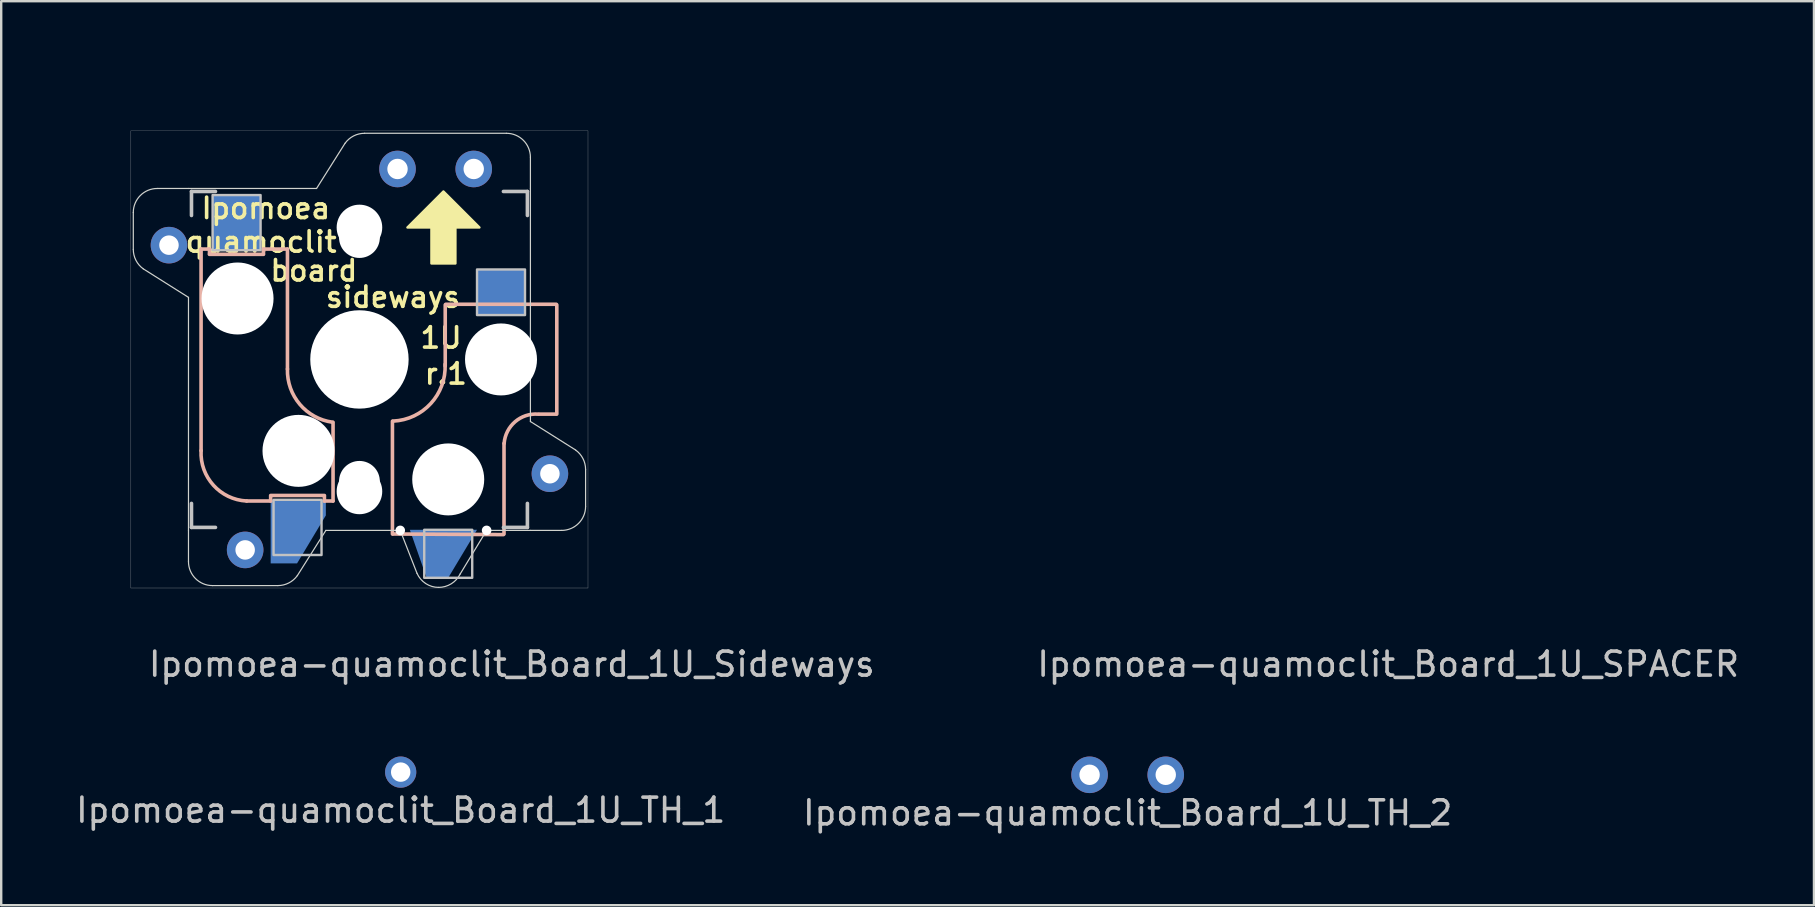
<source format=kicad_pcb>
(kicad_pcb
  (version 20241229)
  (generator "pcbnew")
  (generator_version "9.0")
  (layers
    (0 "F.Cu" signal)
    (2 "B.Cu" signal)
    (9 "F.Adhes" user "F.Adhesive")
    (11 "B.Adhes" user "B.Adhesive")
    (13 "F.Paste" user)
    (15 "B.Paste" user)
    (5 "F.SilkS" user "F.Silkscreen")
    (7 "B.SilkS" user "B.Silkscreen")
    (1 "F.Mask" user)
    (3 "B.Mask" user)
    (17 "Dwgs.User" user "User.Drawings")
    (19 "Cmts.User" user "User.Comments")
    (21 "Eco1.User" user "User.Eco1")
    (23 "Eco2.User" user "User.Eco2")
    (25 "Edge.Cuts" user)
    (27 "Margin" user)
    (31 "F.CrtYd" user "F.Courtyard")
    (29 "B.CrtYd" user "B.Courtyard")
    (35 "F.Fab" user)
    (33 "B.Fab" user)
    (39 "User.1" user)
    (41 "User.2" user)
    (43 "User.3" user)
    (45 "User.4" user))
  (footprint "Ipomoea-quamoclit_Board_1U_SPACER"
    (layer "F.Cu")
    (at 48.454 11.93)
    (property "Reference" "Ipomoea-quamoclit_Board_1U_SPACER" (at 6.35 12.7 0) (layer "Dwgs.User") (effects (font (size 1 1) (thickness 0.15))))
    (attr through_hole)
    (fp_circle (center -9.525 -9.525) (end -8.025 -9.525) (stroke (width 0.01) (type solid)) (fill no) (layer "Eco1.User"))
    (fp_circle (center -9.525 -9.525) (end -7.525 -9.525) (stroke (width 0.01) (type solid)) (fill no) (layer "Eco1.User"))
    (fp_circle (center -9.525 -6.35) (end -7.525 -6.35) (stroke (width 0.01) (type solid)) (fill no) (layer "Eco1.User"))
    (fp_circle (center -9.525 -6.35) (end -7.125 -6.35) (stroke (width 0.01) (type solid)) (fill no) (layer "Eco1.User"))
    (fp_circle (center -9.525 -3.175) (end -7.525 -3.175) (stroke (width 0.01) (type solid)) (fill no) (layer "Eco1.User"))
    (fp_circle (center -9.525 0) (end -8.025 0) (stroke (width 0.01) (type solid)) (fill no) (layer "Eco1.User"))
    (fp_circle (center -9.525 0) (end -7.525 0) (stroke (width 0.01) (type solid)) (fill no) (layer "Eco1.User"))
    (fp_circle (center -9.525 0) (end -7.125 0) (stroke (width 0.01) (type solid)) (fill no) (layer "Eco1.User"))
    (fp_circle (center -9.525 3.175) (end -7.525 3.175) (stroke (width 0.01) (type solid)) (fill no) (layer "Eco1.User"))
    (fp_circle (center -9.525 6.35) (end -7.525 6.35) (stroke (width 0.01) (type solid)) (fill no) (layer "Eco1.User"))
    (fp_circle (center -9.525 6.35) (end -7.125 6.35) (stroke (width 0.01) (type solid)) (fill no) (layer "Eco1.User"))
    (fp_circle (center -9.525 9.525) (end -8.025 9.525) (stroke (width 0.01) (type solid)) (fill no) (layer "Eco1.User"))
    (fp_circle (center -9.525 9.525) (end -7.525 9.525) (stroke (width 0.01) (type solid)) (fill no) (layer "Eco1.User"))
    (fp_circle (center -6.35 -9.525) (end -6.35 -11.525) (stroke (width 0.01) (type solid)) (fill no) (layer "Eco1.User"))
    (fp_circle (center -6.35 9.525) (end -6.35 7.525) (stroke (width 0.01) (type solid)) (fill no) (layer "Eco1.User"))
    (fp_circle (center -3.175 -9.525) (end -3.175 -11.525) (stroke (width 0.01) (type solid)) (fill no) (layer "Eco1.User"))
    (fp_circle (center -3.175 9.525) (end -3.175 7.525) (stroke (width 0.01) (type solid)) (fill no) (layer "Eco1.User"))
    (fp_circle (center 0 -9.525) (end 1.5 -9.525) (stroke (width 0.01) (type solid)) (fill no) (layer "Eco1.User"))
    (fp_circle (center 0 -9.525) (end 2 -9.525) (stroke (width 0.01) (type solid)) (fill no) (layer "Eco1.User"))
    (fp_circle (center 0 -9.525) (end 2.4 -9.525) (stroke (width 0.01) (type solid)) (fill no) (layer "Eco1.User"))
    (fp_circle (center 0 9.525) (end 1.5 9.525) (stroke (width 0.01) (type solid)) (fill no) (layer "Eco1.User"))
    (fp_circle (center 0 9.525) (end 2 9.525) (stroke (width 0.01) (type solid)) (fill no) (layer "Eco1.User"))
    (fp_circle (center 0 9.525) (end 2.4 9.525) (stroke (width 0.01) (type solid)) (fill no) (layer "Eco1.User"))
    (fp_circle (center 3.175 -9.525) (end 3.175 -11.525) (stroke (width 0.01) (type solid)) (fill no) (layer "Eco1.User"))
    (fp_circle (center 3.175 9.525) (end 3.175 7.525) (stroke (width 0.01) (type solid)) (fill no) (layer "Eco1.User"))
    (fp_circle (center 6.35 -9.525) (end 6.35 -11.525) (stroke (width 0.01) (type solid)) (fill no) (layer "Eco1.User"))
    (fp_circle (center 6.35 9.525) (end 6.35 7.525) (stroke (width 0.01) (type solid)) (fill no) (layer "Eco1.User"))
    (fp_circle (center 9.525 -9.525) (end 11.025 -9.525) (stroke (width 0.01) (type solid)) (fill no) (layer "Eco1.User"))
    (fp_circle (center 9.525 -9.525) (end 11.525 -9.525) (stroke (width 0.01) (type solid)) (fill no) (layer "Eco1.User"))
    (fp_circle (center 9.525 -9.525) (end 11.925 -9.525) (stroke (width 0.01) (type solid)) (fill no) (layer "Eco1.User"))
    (fp_circle (center 9.525 -6.35) (end 11.525 -6.35) (stroke (width 0.01) (type solid)) (fill no) (layer "Eco1.User"))
    (fp_circle (center 9.525 -3.175) (end 11.525 -3.175) (stroke (width 0.01) (type solid)) (fill no) (layer "Eco1.User"))
    (fp_circle (center 9.525 0) (end 11.025 0) (stroke (width 0.01) (type solid)) (fill no) (layer "Eco1.User"))
    (fp_circle (center 9.525 0) (end 11.525 0) (stroke (width 0.01) (type solid)) (fill no) (layer "Eco1.User"))
    (fp_circle (center 9.525 0) (end 11.925 0) (stroke (width 0.01) (type solid)) (fill no) (layer "Eco1.User"))
    (fp_circle (center 9.525 3.175) (end 11.525 3.175) (stroke (width 0.01) (type solid)) (fill no) (layer "Eco1.User"))
    (fp_circle (center 9.525 6.35) (end 11.525 6.35) (stroke (width 0.01) (type solid)) (fill no) (layer "Eco1.User"))
    (fp_circle (center 9.525 9.525) (end 11.025 9.525) (stroke (width 0.01) (type solid)) (fill no) (layer "Eco1.User"))
    (fp_circle (center 9.525 9.525) (end 11.525 9.525) (stroke (width 0.01) (type solid)) (fill no) (layer "Eco1.User"))
    (fp_circle (center 9.525 9.525) (end 11.925 9.525) (stroke (width 0.01) (type solid)) (fill no) (layer "Eco1.User")))
  (footprint "Ipomoea-quamoclit_Board_1U_TH_2"
    (layer "F.Cu")
    (at 43.946 29.24)
    (property "Reference" "Ipomoea-quamoclit_Board_1U_TH_2" (at 0 1.587 0) (layer "Dwgs.User") (effects (font (size 1 1) (thickness 0.15))))
    (attr through_hole)
    (pad "1" thru_hole circle (at -1.587 0 180) (size 1.524 1.524) (drill 0.85) (layers "*.Cu" "*.Mask"))
    (pad "2" thru_hole circle (at 1.587 0 180) (size 1.524 1.524) (drill 0.85) (layers "*.Cu" "*.Mask")))
  (footprint "Ipomoea-quamoclit_Board_1U_TH_1"
    (layer "F.Cu")
    (at 13.649 29.128)
    (property "Reference" "Ipomoea-quamoclit_Board_1U_TH_1" (at 0 1.587 0) (layer "Dwgs.User") (effects (font (size 1 1) (thickness 0.15))))
    (attr through_hole)
    (pad "" thru_hole circle (at 0 0 180) (size 1.3 1.3) (drill 0.81) (layers "*.Cu" "*.Mask")))
  (footprint "Ipomoea-quamoclit_Board_1U_Sideways"
    (layer "F.Cu")
    (at 11.93 11.93)
    (property "Reference" "Ipomoea-quamoclit_Board_1U_Sideways" (at 6.35 12.7 0) (layer "Dwgs.User") (effects (font (size 1 1) (thickness 0.15))))
    (attr through_hole)
    (fp_poly (pts (xy 5 -5.5) (xy 4 -5.5) (xy 4 -4) (xy 3 -4) (xy 3 -5.5) (xy 2 -5.5) (xy 3.5 -7)) (stroke (width 0.1) (type solid)) (fill yes) (layer "F.SilkS"))
    (fp_line (start -6.6 -4.6) (end -6.6 3.8) (stroke (width 0.15) (type solid)) (layer "B.SilkS"))
    (fp_line (start -6.25 -4.6) (end -6.6 -4.6) (stroke (width 0.15) (type solid)) (layer "B.SilkS"))
    (fp_line (start -6.25 -4.4) (end -6.25 -4.6) (stroke (width 0.15) (type solid)) (layer "B.SilkS"))
    (fp_line (start -4.7 5.9) (end -3.7 5.9) (stroke (width 0.15) (type solid)) (layer "B.SilkS"))
    (fp_line (start -4 -4.6) (end -4 -4.4) (stroke (width 0.15) (type solid)) (layer "B.SilkS"))
    (fp_line (start -4 -4.38) (end -6.25 -4.38) (stroke (width 0.15) (type solid)) (layer "B.SilkS"))
    (fp_line (start -3.7 5.67) (end -1.46 5.67) (stroke (width 0.15) (type solid)) (layer "B.SilkS"))
    (fp_line (start -3.7 5.9) (end -3.7 5.7) (stroke (width 0.15) (type solid)) (layer "B.SilkS"))
    (fp_line (start -3 -4.6) (end -4 -4.6) (stroke (width 0.15) (type solid)) (layer "B.SilkS"))
    (fp_line (start -3 0.4) (end -3 -4.6) (stroke (width 0.15) (type solid)) (layer "B.SilkS"))
    (fp_line (start -1.46 5.7) (end -1.46 5.9) (stroke (width 0.15) (type solid)) (layer "B.SilkS"))
    (fp_line (start -1.1 5.9) (end -1.46 5.9) (stroke (width 0.15) (type solid)) (layer "B.SilkS"))
    (fp_line (start -1.1 5.9) (end -1.1 2.62) (stroke (width 0.15) (type solid)) (layer "B.SilkS"))
    (fp_line (start 1.375 2.575) (end 1.375 7.275) (stroke (width 0.15) (type solid)) (layer "B.SilkS"))
    (fp_line (start 1.4 7.275) (end 6 7.3) (stroke (width 0.15) (type solid)) (layer "B.SilkS"))
    (fp_line (start 3.575 -2.275) (end 3.575 0.275) (stroke (width 0.15) (type solid)) (layer "B.SilkS"))
    (fp_line (start 3.6 -2.3) (end 8.2 -2.3) (stroke (width 0.15) (type solid)) (layer "B.SilkS"))
    (fp_line (start 6.025 3.5) (end 6.025 7.275) (stroke (width 0.15) (type solid)) (layer "B.SilkS"))
    (fp_line (start 7.5 2.28) (end 8.2 2.28) (stroke (width 0.15) (type solid)) (layer "B.SilkS"))
    (fp_line (start 8.225 -2.275) (end 8.225 2.275) (stroke (width 0.15) (type solid)) (layer "B.SilkS"))
    (fp_arc (start -4.699999 5.9) (mid -6.084924 5.243504) (end -6.6 3.800001) (stroke (width 0.15) (type solid)) (layer "B.SilkS"))
    (fp_arc (start -1.121471 2.616318) (mid -2.486118 1.868709) (end -3 0.4) (stroke (width 0.15) (type solid)) (layer "B.SilkS"))
    (fp_arc (start 3.57 0.2) (mid 2.975843 1.834422) (end 1.4 2.57) (stroke (width 0.15) (type solid)) (layer "B.SilkS"))
    (fp_arc (start 6.03 3.5) (mid 6.48733 2.595908) (end 7.45 2.28) (stroke (width 0.15) (type solid)) (layer "B.SilkS"))
    (fp_line (start -9.525 -9.525) (end 9.525 -9.525) (stroke (width 0.01) (type solid)) (layer "Dwgs.User"))
    (fp_line (start -9.525 9.525) (end -9.525 -9.525) (stroke (width 0.01) (type solid)) (layer "Dwgs.User"))
    (fp_line (start -7 -7) (end -7 -6) (stroke (width 0.15) (type solid)) (layer "Dwgs.User"))
    (fp_line (start -7 -7) (end -6 -7) (stroke (width 0.15) (type solid)) (layer "Dwgs.User"))
    (fp_line (start -7 7) (end -7 6) (stroke (width 0.15) (type solid)) (layer "Dwgs.User"))
    (fp_line (start -6 7) (end -7 7) (stroke (width 0.15) (type solid)) (layer "Dwgs.User"))
    (fp_line (start 6 7) (end 7 7) (stroke (width 0.15) (type solid)) (layer "Dwgs.User"))
    (fp_line (start 7 -7) (end 6 -7) (stroke (width 0.15) (type solid)) (layer "Dwgs.User"))
    (fp_line (start 7 -6) (end 7 -7) (stroke (width 0.15) (type solid)) (layer "Dwgs.User"))
    (fp_line (start 7 7) (end 7 6) (stroke (width 0.15) (type solid)) (layer "Dwgs.User"))
    (fp_line (start 9.525 -9.525) (end 9.525 9.525) (stroke (width 0.01) (type solid)) (layer "Dwgs.User"))
    (fp_line (start 9.525 9.525) (end -9.525 9.525) (stroke (width 0.01) (type solid)) (layer "Dwgs.User"))
    (fp_poly (pts (xy -4.12 -6.85) (xy -4.12 -4.55) (xy -6.12 -4.55) (xy -6.12 -6.85)) (stroke (width 0.1) (type solid)) (fill no) (layer "Dwgs.User"))
    (fp_poly (pts (xy -1.58 5.85) (xy -1.58 8.15) (xy -3.58 8.15) (xy -3.58 5.85)) (stroke (width 0.1) (type solid)) (fill no) (layer "Dwgs.User"))
    (fp_poly (pts (xy 4.7 7.1) (xy 4.7 9.1) (xy 2.7 9.1) (xy 2.7 7.1)) (stroke (width 0.1) (type solid)) (fill no) (layer "Dwgs.User"))
    (fp_poly (pts (xy 6.9 -3.75) (xy 6.9 -1.85) (xy 4.9 -1.85) (xy 4.9 -3.75)) (stroke (width 0.1) (type solid)) (fill no) (layer "Dwgs.User"))
    (fp_circle (center -9.525 -9.525) (end -9.525 -11.925) (stroke (width 0.01) (type solid)) (fill no) (layer "Eco1.User"))
    (fp_circle (center -9.525 -9.525) (end -9.525 -11.525) (stroke (width 0.01) (type solid)) (fill no) (layer "Eco1.User"))
    (fp_circle (center -9.525 -9.525) (end -9.525 -11.025) (stroke (width 0.01) (type solid)) (fill no) (layer "Eco1.User"))
    (fp_circle (center -9.525 -6.35) (end -11.525 -6.35) (stroke (width 0.01) (type solid)) (fill no) (layer "Eco1.User"))
    (fp_circle (center -9.525 -3.175) (end -11.525 -3.175) (stroke (width 0.01) (type solid)) (fill no) (layer "Eco1.User"))
    (fp_circle (center -9.525 0) (end -9.525 -2.4) (stroke (width 0.01) (type solid)) (fill no) (layer "Eco1.User"))
    (fp_circle (center -9.525 0) (end -9.525 -2) (stroke (width 0.01) (type solid)) (fill no) (layer "Eco1.User"))
    (fp_circle (center -9.525 0) (end -9.525 -1.5) (stroke (width 0.01) (type solid)) (fill no) (layer "Eco1.User"))
    (fp_circle (center -9.525 3.175) (end -11.525 3.175) (stroke (width 0.01) (type solid)) (fill no) (layer "Eco1.User"))
    (fp_circle (center -9.525 6.35) (end -11.525 6.35) (stroke (width 0.01) (type solid)) (fill no) (layer "Eco1.User"))
    (fp_circle (center -9.525 9.525) (end -9.525 7.125) (stroke (width 0.01) (type solid)) (fill no) (layer "Eco1.User"))
    (fp_circle (center -9.525 9.525) (end -9.525 7.525) (stroke (width 0.01) (type solid)) (fill no) (layer "Eco1.User"))
    (fp_circle (center -9.525 9.525) (end -9.525 8.025) (stroke (width 0.01) (type solid)) (fill no) (layer "Eco1.User"))
    (fp_circle (center -6.35 -9.525) (end -6.35 -11.525) (stroke (width 0.01) (type solid)) (fill no) (layer "Eco1.User"))
    (fp_circle (center -6.35 9.525) (end -6.35 7.525) (stroke (width 0.01) (type solid)) (fill no) (layer "Eco1.User"))
    (fp_circle (center -3.175 -9.525) (end -3.175 -11.525) (stroke (width 0.01) (type solid)) (fill no) (layer "Eco1.User"))
    (fp_circle (center -3.175 9.525) (end -3.175 7.525) (stroke (width 0.01) (type solid)) (fill no) (layer "Eco1.User"))
    (fp_circle (center 0 -9.525) (end 0 -11.925) (stroke (width 0.01) (type solid)) (fill no) (layer "Eco1.User"))
    (fp_circle (center 0 -9.525) (end 0 -11.525) (stroke (width 0.01) (type solid)) (fill no) (layer "Eco1.User"))
    (fp_circle (center 0 -9.525) (end 0 -11.025) (stroke (width 0.01) (type solid)) (fill no) (layer "Eco1.User"))
    (fp_circle (center 0 9.525) (end 0 7.125) (stroke (width 0.01) (type solid)) (fill no) (layer "Eco1.User"))
    (fp_circle (center 0 9.525) (end 0 7.525) (stroke (width 0.01) (type solid)) (fill no) (layer "Eco1.User"))
    (fp_circle (center 0 9.525) (end 0 8.025) (stroke (width 0.01) (type solid)) (fill no) (layer "Eco1.User"))
    (fp_circle (center 3.175 -9.525) (end 3.175 -11.525) (stroke (width 0.01) (type solid)) (fill no) (layer "Eco1.User"))
    (fp_circle (center 3.175 9.525) (end 3.175 7.525) (stroke (width 0.01) (type solid)) (fill no) (layer "Eco1.User"))
    (fp_circle (center 6.35 -9.525) (end 6.35 -11.525) (stroke (width 0.01) (type solid)) (fill no) (layer "Eco1.User"))
    (fp_circle (center 6.35 9.525) (end 6.35 7.525) (stroke (width 0.01) (type solid)) (fill no) (layer "Eco1.User"))
    (fp_circle (center 9.525 -9.525) (end 9.525 -11.925) (stroke (width 0.01) (type solid)) (fill no) (layer "Eco1.User"))
    (fp_circle (center 9.525 -9.525) (end 9.525 -11.525) (stroke (width 0.01) (type solid)) (fill no) (layer "Eco1.User"))
    (fp_circle (center 9.525 -9.525) (end 9.525 -11.025) (stroke (width 0.01) (type solid)) (fill no) (layer "Eco1.User"))
    (fp_circle (center 9.525 -6.35) (end 7.525 -6.35) (stroke (width 0.01) (type solid)) (fill no) (layer "Eco1.User"))
    (fp_circle (center 9.525 -3.175) (end 7.525 -3.175) (stroke (width 0.01) (type solid)) (fill no) (layer "Eco1.User"))
    (fp_circle (center 9.525 0) (end 9.525 -2.4) (stroke (width 0.01) (type solid)) (fill no) (layer "Eco1.User"))
    (fp_circle (center 9.525 0) (end 9.525 -2) (stroke (width 0.01) (type solid)) (fill no) (layer "Eco1.User"))
    (fp_circle (center 9.525 0) (end 9.525 -1.5) (stroke (width 0.01) (type solid)) (fill no) (layer "Eco1.User"))
    (fp_circle (center 9.525 3.175) (end 7.525 3.175) (stroke (width 0.01) (type solid)) (fill no) (layer "Eco1.User"))
    (fp_circle (center 9.525 6.35) (end 7.525 6.35) (stroke (width 0.01) (type solid)) (fill no) (layer "Eco1.User"))
    (fp_circle (center 9.525 9.525) (end 9.525 7.125) (stroke (width 0.01) (type solid)) (fill no) (layer "Eco1.User"))
    (fp_circle (center 9.525 9.525) (end 9.525 7.525) (stroke (width 0.01) (type solid)) (fill no) (layer "Eco1.User"))
    (fp_circle (center 9.525 9.525) (end 9.525 8.025) (stroke (width 0.01) (type solid)) (fill no) (layer "Eco1.User"))
    (fp_line (start -9.425 -4.588) (end -9.425 -6.125) (stroke (width 0.05) (type solid)) (layer "Edge.Cuts"))
    (fp_line (start -9.009 -3.775) (end -7.125 -2.587) (stroke (width 0.05) (type solid)) (layer "Edge.Cuts"))
    (fp_line (start -7.125 -7.125) (end -8.425 -7.125) (stroke (width 0.05) (type solid)) (layer "Edge.Cuts"))
    (fp_line (start -7.125 7.125) (end -7.125 -2.587) (stroke (width 0.05) (type solid)) (layer "Edge.Cuts"))
    (fp_line (start -7.125 7.125) (end -7.125 8.425) (stroke (width 0.05) (type solid)) (layer "Edge.Cuts"))
    (fp_line (start -3.4 9.425) (end -6.125 9.425) (stroke (width 0.05) (type solid)) (layer "Edge.Cuts"))
    (fp_line (start -2.588 9.009) (end -1.4 7.125) (stroke (width 0.05) (type solid)) (layer "Edge.Cuts"))
    (fp_line (start -1.788 -7.125) (end -7.125 -7.125) (stroke (width 0.05) (type solid)) (layer "Edge.Cuts"))
    (fp_line (start -1.4 7.125) (end 1.7 7.125) (stroke (width 0.05) (type solid)) (layer "Edge.Cuts"))
    (fp_line (start -0.6 -9.009) (end -1.788 -7.125) (stroke (width 0.05) (type solid)) (layer "Edge.Cuts"))
    (fp_line (start 0.212 -9.425) (end 6.125 -9.425) (stroke (width 0.05) (type solid)) (layer "Edge.Cuts"))
    (fp_line (start 1.7 7.125) (end 2.4 8.915) (stroke (width 0.05) (type solid)) (layer "Edge.Cuts"))
    (fp_line (start 4.194 8.947) (end 5.3 7.125) (stroke (width 0.05) (type solid)) (layer "Edge.Cuts"))
    (fp_line (start 5.3 7.125) (end 7.125 7.125) (stroke (width 0.05) (type solid)) (layer "Edge.Cuts"))
    (fp_line (start 7.125 -7.125) (end 7.125 -8.425) (stroke (width 0.05) (type solid)) (layer "Edge.Cuts"))
    (fp_line (start 7.125 -7.125) (end 7.125 2.587) (stroke (width 0.05) (type solid)) (layer "Edge.Cuts"))
    (fp_line (start 7.125 7.125) (end 8.425 7.125) (stroke (width 0.05) (type solid)) (layer "Edge.Cuts"))
    (fp_line (start 9.009 3.775) (end 7.125 2.587) (stroke (width 0.05) (type solid)) (layer "Edge.Cuts"))
    (fp_line (start 9.425 4.588) (end 9.425 6.125) (stroke (width 0.05) (type solid)) (layer "Edge.Cuts"))
    (fp_arc (start -9.425 -6.125) (mid -9.132107 -6.832107) (end -8.425 -7.125) (stroke (width 0.05) (type solid)) (layer "Edge.Cuts"))
    (fp_arc (start -9.008636 -3.775485) (mid -9.314841 -4.131231) (end -9.425 -4.5875) (stroke (width 0.05) (type solid)) (layer "Edge.Cuts"))
    (fp_arc (start -6.125 9.425) (mid -6.832107 9.132107) (end -7.125 8.425) (stroke (width 0.05) (type solid)) (layer "Edge.Cuts"))
    (fp_arc (start -2.587985 9.008636) (mid -2.943731 9.314841) (end -3.4 9.425) (stroke (width 0.05) (type solid)) (layer "Edge.Cuts"))
    (fp_arc (start -0.599515 -9.008636) (mid -0.243769 -9.314841) (end 0.2125 -9.425) (stroke (width 0.05) (type solid)) (layer "Edge.Cuts"))
    (fp_arc (start 3.3 9.5) (mid 2.763322 9.340933) (end 2.4 8.915114) (stroke (width 0.05) (type solid)) (layer "Edge.Cuts"))
    (fp_arc (start 4.194427 8.947214) (mid 3.825731 9.350651) (end 3.3 9.5) (stroke (width 0.05) (type solid)) (layer "Edge.Cuts"))
    (fp_arc (start 6.125 -9.425) (mid 6.832107 -9.132107) (end 7.125 -8.425) (stroke (width 0.05) (type solid)) (layer "Edge.Cuts"))
    (fp_arc (start 9.008636 3.775485) (mid 9.314841 4.131231) (end 9.425 4.5875) (stroke (width 0.05) (type solid)) (layer "Edge.Cuts"))
    (fp_arc (start 9.425 6.125) (mid 9.132107 6.832107) (end 8.425 7.125) (stroke (width 0.05) (type solid)) (layer "Edge.Cuts"))
    (fp_text user "Ipomoea" (at -3.9 -6.3 0) (layer "F.SilkS") (effects (font (size 0.85 0.85) (thickness 0.15))))
    (fp_text user "sideways" (at 1.4 -2.6 0) (layer "F.SilkS") (effects (font (size 0.85 0.85) (thickness 0.15))))
    (fp_text user "board" (at -1.9 -3.7 0) (layer "F.SilkS") (effects (font (size 0.85 0.85) (thickness 0.15))))
    (fp_text user "quamoclit" (at -4.1 -4.9 0) (layer "F.SilkS") (effects (font (size 0.85 0.85) (thickness 0.15))))
    (fp_text user "1U" (at 3.4 -0.9 0) (layer "F.SilkS") (effects (font (size 0.85 0.85) (thickness 0.15))))
    (fp_text user "r.1" (at 3.6 0.6 0) (layer "F.SilkS") (effects (font (size 0.85 0.85) (thickness 0.15))))
    (pad "" thru_hole circle (at -7.938 -4.763 180) (size 1.524 1.524) (drill 0.813) (layers "*.Cu" "*.Mask"))
    (pad "" np_thru_hole circle (at -5.08 -2.54 270) (size 3 3) (drill 3) (layers "*.Cu" "*.Mask"))
    (pad "" thru_hole circle (at -4.763 7.938 90) (size 1.524 1.524) (drill 0.813) (layers "*.Cu" "*.Mask"))
    (pad "" np_thru_hole circle (at -2.54 3.81 270) (size 3 3) (drill 3) (layers "*.Cu" "*.Mask"))
    (pad "" np_thru_hole circle (at 0 -5.5 180) (size 1.9 1.9) (drill 1.9) (layers "*.Cu" "*.Mask"))
    (pad "" np_thru_hole circle (at 0 -5.08 90) (size 1.7 1.7) (drill 1.7) (layers "*.Cu" "*.Mask"))
    (pad "" np_thru_hole circle (at 0 0 180) (size 4.1 4.1) (drill 4.1) (layers "*.Cu" "*.Mask"))
    (pad "" np_thru_hole circle (at 0 5.08 90) (size 1.7 1.7) (drill 1.7) (layers "*.Cu" "*.Mask"))
    (pad "" np_thru_hole circle (at 0 5.5 180) (size 1.9 1.9) (drill 1.9) (layers "*.Cu" "*.Mask"))
    (pad "" np_thru_hole circle (at 1.7 7.125 90) (size 0.4 0.4) (drill 0.4) (layers "*.Cu" "*.Mask"))
    (pad "" np_thru_hole circle (at 3.7 5 180) (size 3 3) (drill 3) (layers "*.Cu" "*.Mask"))
    (pad "" np_thru_hole circle (at 5.3 7.125 90) (size 0.4 0.4) (drill 0.4) (layers "*.Cu" "*.Mask"))
    (pad "" np_thru_hole circle (at 5.9 0 180) (size 3 3) (drill 3) (layers "*.Cu" "*.Mask"))
    (pad "" thru_hole circle (at 7.938 4.763 90) (size 1.524 1.524) (drill 0.813) (layers "*.Cu" "*.Mask"))
    (pad "1" smd custom (at -2.7 7 90) (size 1.524 1.524) (layers "B.Cu" "B.Mask" "B.Paste") (options (anchor circle)) (primitives (gr_poly (pts (xy 1.15 1.3) (xy 0.5 1.3) (xy -1.5 0.1) (xy -1.5 -1) (xy 1.15 -1)) (width 0) (fill yes))))
    (pad "1" thru_hole circle (at 1.587 -7.938 180) (size 1.524 1.524) (drill 0.85) (layers "*.Cu" "*.Mask"))
    (pad "1" smd custom (at 3.3 8 90) (size 1.524 1.524) (layers "B.Cu" "B.Mask" "B.Paste") (options (anchor circle)) (primitives (gr_poly (pts (xy 0.9 1.6) (xy -1.1 0.4) (xy -1.1 -0.5) (xy 0.9 -1.2)) (width 0) (fill yes))))
    (pad "2" smd rect (at -5.12 -5.7 270) (size 2.3 2) (layers "B.Cu" "B.Mask" "B.Paste"))
    (pad "2" thru_hole circle (at 4.763 -7.938 180) (size 1.524 1.524) (drill 0.85) (layers "*.Cu" "*.Mask"))
    (pad "2" smd rect (at 5.9 -2.8 270) (size 1.9 2) (layers "B.Cu" "B.Mask" "B.Paste")))
  (gr_rect
    (start -3 -3)
    (end 72.548 34.676)
    (stroke (width 0.1) (type default))
    (fill no)
    (layer "Edge.Cuts")))
</source>
